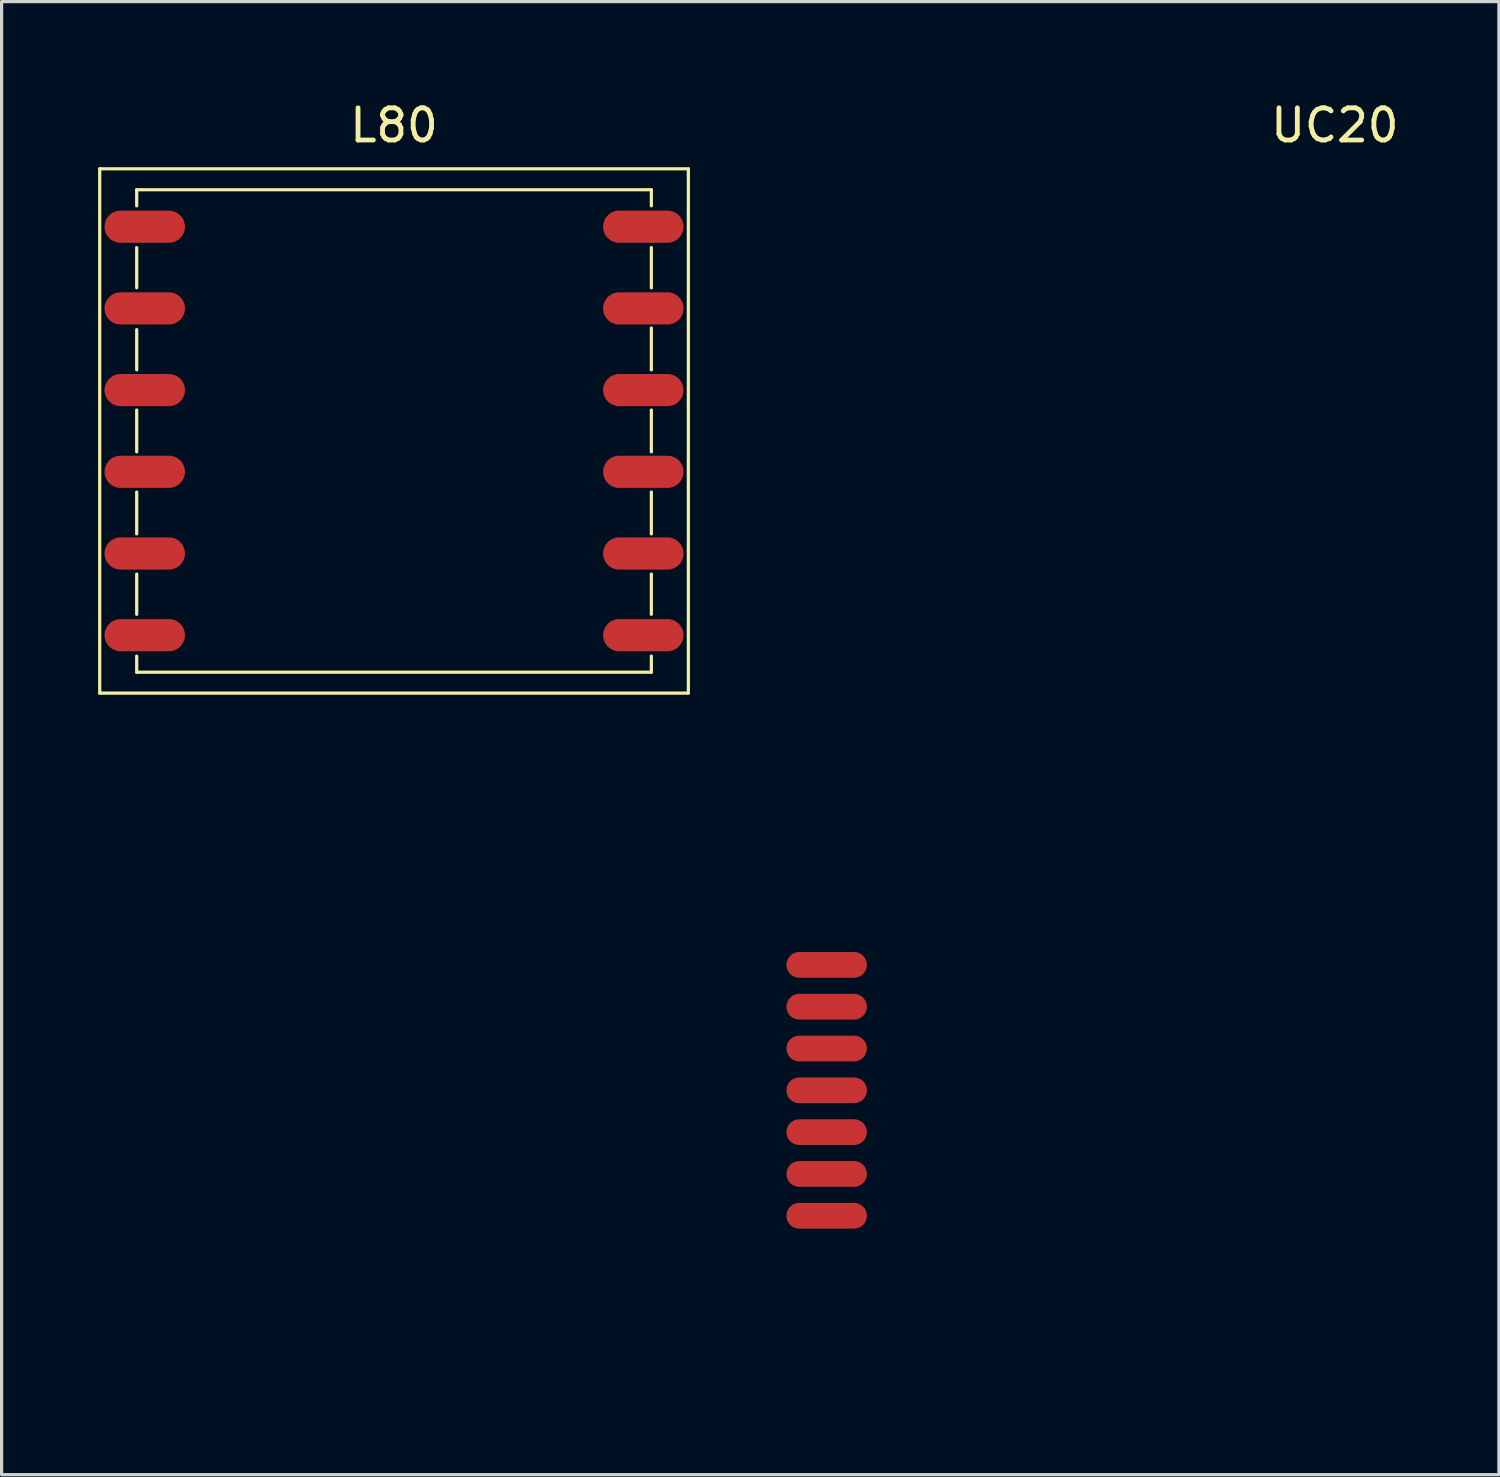
<source format=kicad_pcb>
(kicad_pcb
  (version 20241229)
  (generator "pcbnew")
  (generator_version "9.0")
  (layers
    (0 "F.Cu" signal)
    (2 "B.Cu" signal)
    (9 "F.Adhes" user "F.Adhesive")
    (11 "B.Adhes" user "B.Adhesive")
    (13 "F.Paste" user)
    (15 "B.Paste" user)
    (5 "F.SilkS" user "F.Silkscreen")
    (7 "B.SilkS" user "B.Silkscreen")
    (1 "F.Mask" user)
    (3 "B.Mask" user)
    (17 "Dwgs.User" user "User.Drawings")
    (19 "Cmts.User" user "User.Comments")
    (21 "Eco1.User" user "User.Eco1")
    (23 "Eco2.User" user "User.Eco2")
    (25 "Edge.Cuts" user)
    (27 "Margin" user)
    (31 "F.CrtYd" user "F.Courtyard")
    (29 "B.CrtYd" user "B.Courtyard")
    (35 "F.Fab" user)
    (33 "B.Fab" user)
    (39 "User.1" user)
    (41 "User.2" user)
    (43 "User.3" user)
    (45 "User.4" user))
  (footprint "L80"
    (layer "F.Cu")
    (at 9.2 10.348)
    (property "Reference" "L80" (at 0 -9.5 0) (layer "F.SilkS") (effects (font (size 1 1) (thickness 0.15))))
    (attr through_hole)
    (fp_line (start -9.15 -8.15) (end -9.15 8.15) (stroke (width 0.1) (type solid)) (layer "F.SilkS"))
    (fp_line (start -9.15 -8.15) (end 9.15 -8.15) (stroke (width 0.1) (type solid)) (layer "F.SilkS"))
    (fp_line (start -9.15 8.15) (end 9.15 8.15) (stroke (width 0.1) (type solid)) (layer "F.SilkS"))
    (fp_line (start -8 -7.5) (end -8 -7) (stroke (width 0.1) (type solid)) (layer "F.SilkS"))
    (fp_line (start -8 -7.5) (end 8 -7.5) (stroke (width 0.1) (type solid)) (layer "F.SilkS"))
    (fp_line (start -8 -5.7) (end -8 -4.45) (stroke (width 0.1) (type solid)) (layer "F.SilkS"))
    (fp_line (start -8 -3.15) (end -8 -1.9) (stroke (width 0.1) (type solid)) (layer "F.SilkS"))
    (fp_line (start -8 -0.65) (end -8 0.65) (stroke (width 0.1) (type solid)) (layer "F.SilkS"))
    (fp_line (start -8 1.9) (end -8 3.2) (stroke (width 0.1) (type solid)) (layer "F.SilkS"))
    (fp_line (start -8 4.45) (end -8 5.7) (stroke (width 0.1) (type solid)) (layer "F.SilkS"))
    (fp_line (start -8 7) (end -8 7.5) (stroke (width 0.1) (type solid)) (layer "F.SilkS"))
    (fp_line (start -8 7.5) (end 8 7.5) (stroke (width 0.1) (type solid)) (layer "F.SilkS"))
    (fp_line (start 8 -7.5) (end 8 -7) (stroke (width 0.1) (type solid)) (layer "F.SilkS"))
    (fp_line (start 8 -5.7) (end 8 -4.45) (stroke (width 0.1) (type solid)) (layer "F.SilkS"))
    (fp_line (start 8 -3.2) (end 8 -1.9) (stroke (width 0.1) (type solid)) (layer "F.SilkS"))
    (fp_line (start 8 -0.65) (end 8 0.65) (stroke (width 0.1) (type solid)) (layer "F.SilkS"))
    (fp_line (start 8 1.9) (end 8 3.2) (stroke (width 0.1) (type solid)) (layer "F.SilkS"))
    (fp_line (start 8 4.45) (end 8 5.7) (stroke (width 0.1) (type solid)) (layer "F.SilkS"))
    (fp_line (start 8 7) (end 8 7.5) (stroke (width 0.1) (type solid)) (layer "F.SilkS"))
    (fp_line (start 9.15 -8.15) (end 9.15 8.15) (stroke (width 0.1) (type solid)) (layer "F.SilkS"))
    (pad "1" smd oval (at 7.75 6.35) (size 2.5 1) (layers "F.Cu" "F.Mask" "F.Paste"))
    (pad "2" smd oval (at 7.75 3.81) (size 2.5 1) (layers "F.Cu" "F.Mask" "F.Paste"))
    (pad "3" smd oval (at 7.75 1.27) (size 2.5 1) (layers "F.Cu" "F.Mask" "F.Paste"))
    (pad "4" smd oval (at 7.75 -1.27) (size 2.5 1) (layers "F.Cu" "F.Mask" "F.Paste"))
    (pad "5" smd oval (at 7.75 -3.81) (size 2.5 1) (layers "F.Cu" "F.Mask" "F.Paste"))
    (pad "6" smd oval (at 7.75 -6.35) (size 2.5 1) (layers "F.Cu" "F.Mask" "F.Paste"))
    (pad "7" smd oval (at -7.75 -6.35) (size 2.5 1) (layers "F.Cu" "F.Mask" "F.Paste"))
    (pad "8" smd oval (at -7.75 -3.81) (size 2.5 1) (layers "F.Cu" "F.Mask" "F.Paste"))
    (pad "9" smd oval (at -7.75 -1.27) (size 2.5 1) (layers "F.Cu" "F.Mask" "F.Paste"))
    (pad "10" smd oval (at -7.75 1.27) (size 2.5 1) (layers "F.Cu" "F.Mask" "F.Paste"))
    (pad "11" smd oval (at -7.75 3.81) (size 2.5 1) (layers "F.Cu" "F.Mask" "F.Paste"))
    (pad "12" smd oval (at -7.75 6.35) (size 2.5 1) (layers "F.Cu" "F.Mask" "F.Paste")))
  (footprint "UC20"
    (layer "F.Cu")
    (at 38.65 39.548)
    (property "Reference" "UC20" (at -0.2 -38.7 0) (layer "F.SilkS") (effects (font (size 1 1) (thickness 0.15))))
    (attr through_hole)
    (pad "1" smd oval (at -16 -12.6) (size 2.5 0.8) (layers "F.Cu" "F.Mask" "F.Paste"))
    (pad "2" smd oval (at -16 -11.3) (size 2.5 0.8) (layers "F.Cu" "F.Mask" "F.Paste"))
    (pad "3" smd oval (at -16 -10) (size 2.5 0.8) (layers "F.Cu" "F.Mask" "F.Paste"))
    (pad "4" smd oval (at -16 -8.7) (size 2.5 0.8) (layers "F.Cu" "F.Mask" "F.Paste"))
    (pad "5" smd oval (at -16 -7.4) (size 2.5 0.8) (layers "F.Cu" "F.Mask" "F.Paste"))
    (pad "6" smd oval (at -16 -6.1) (size 2.5 0.8) (layers "F.Cu" "F.Mask" "F.Paste"))
    (pad "7" smd oval (at -16 -4.8) (size 2.5 0.8) (layers "F.Cu" "F.Mask" "F.Paste")))
  (gr_rect
    (start -3 -3)
    (end 43.551 42.798)
    (stroke (width 0.1) (type default))
    (fill no)
    (layer "Edge.Cuts")))
</source>
